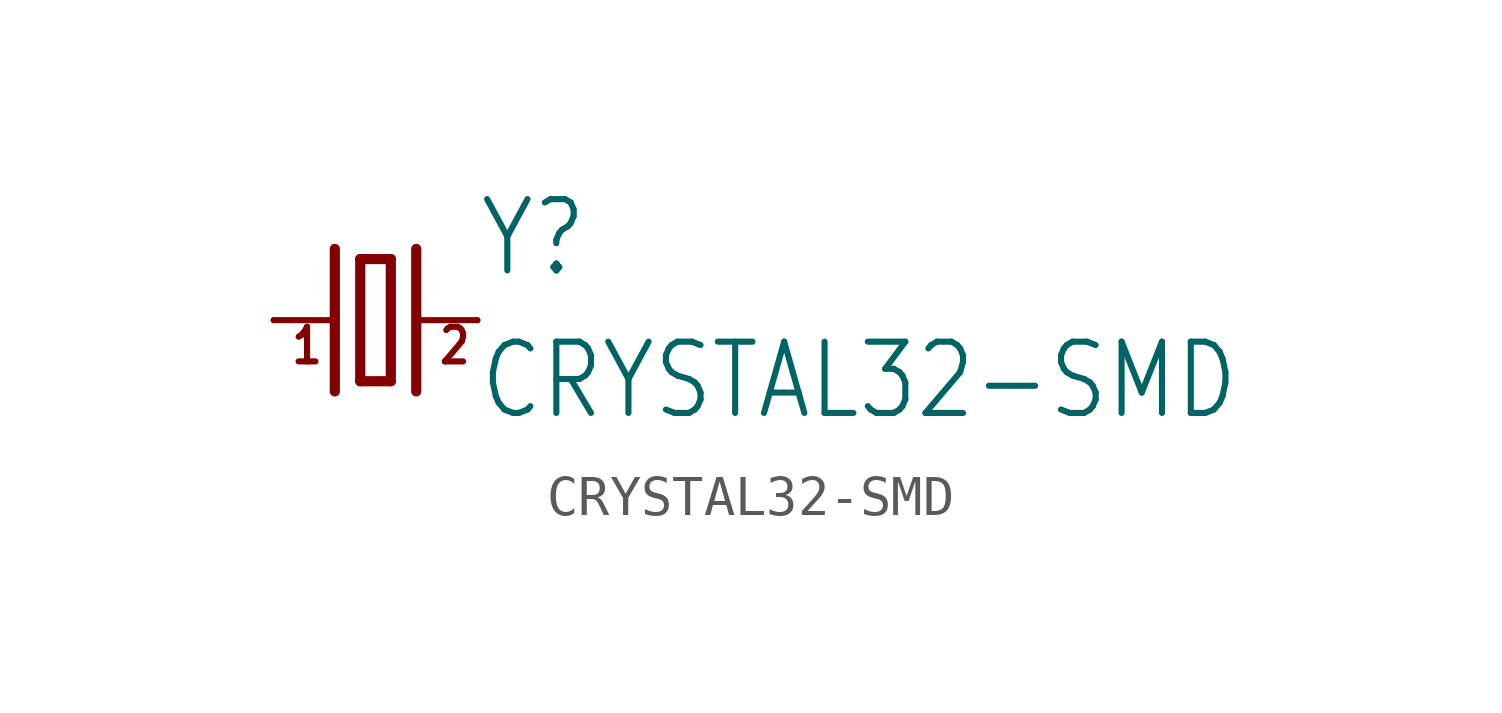
<source format=kicad_sym>
(kicad_symbol_lib
  (version 20211014)
  (generator kicad_symbol_editor)
  (symbol "CRYSTAL32-SMD"
    (property "Reference" "Y"
      (at 2.54 1.016 0)
      (effects (font (size 1.778 1.511)) (justify left bottom)))
    (property "Value" "CRYSTAL32-SMD"
      (at 2.54 -2.54 0)
      (effects (font (size 1.778 1.511)) (justify left bottom)))
    (property "ki_locked" ""
      (at 0 0 0)
      (effects (font (size 1.27 1.27))))
    (symbol "CRYSTAL32-SMD_1_0"
      (polyline (pts (xy -2.54 0) (xy -1.016 0)) (stroke (width 0.152) (type default) (color 0 0 0 0)) (fill (type none)))
      (polyline (pts (xy -1.016 1.778) (xy -1.016 -1.778)) (stroke (width 0.254) (type default) (color 0 0 0 0)) (fill (type none)))
      (polyline (pts (xy -0.381 -1.524) (xy 0.381 -1.524)) (stroke (width 0.254) (type default) (color 0 0 0 0)) (fill (type none)))
      (polyline (pts (xy -0.381 1.524) (xy -0.381 -1.524)) (stroke (width 0.254) (type default) (color 0 0 0 0)) (fill (type none)))
      (polyline (pts (xy 0.381 -1.524) (xy 0.381 1.524)) (stroke (width 0.254) (type default) (color 0 0 0 0)) (fill (type none)))
      (polyline (pts (xy 0.381 1.524) (xy -0.381 1.524)) (stroke (width 0.254) (type default) (color 0 0 0 0)) (fill (type none)))
      (polyline (pts (xy 1.016 0) (xy 2.54 0)) (stroke (width 0.152) (type default) (color 0 0 0 0)) (fill (type none)))
      (polyline (pts (xy 1.016 1.778) (xy 1.016 -1.778)) (stroke (width 0.254) (type default) (color 0 0 0 0)) (fill (type none)))
      (text "1" (at -2.159 -1.143 0) (effects (font (size 0.864 0.734)) (justify left bottom)))
      (text "2" (at 1.524 -1.143 0) (effects (font (size 0.864 0.734)) (justify left bottom)))
      (pin passive line (at -2.54 0 0) (length 0) (name "1" (effects (font (size 0 0)))) (number "X1" (effects (font (size 0 0)))))
      (pin passive line (at 2.54 0 180) (length 0) (name "2" (effects (font (size 0 0)))) (number "X2" (effects (font (size 0 0))))))))
</source>
